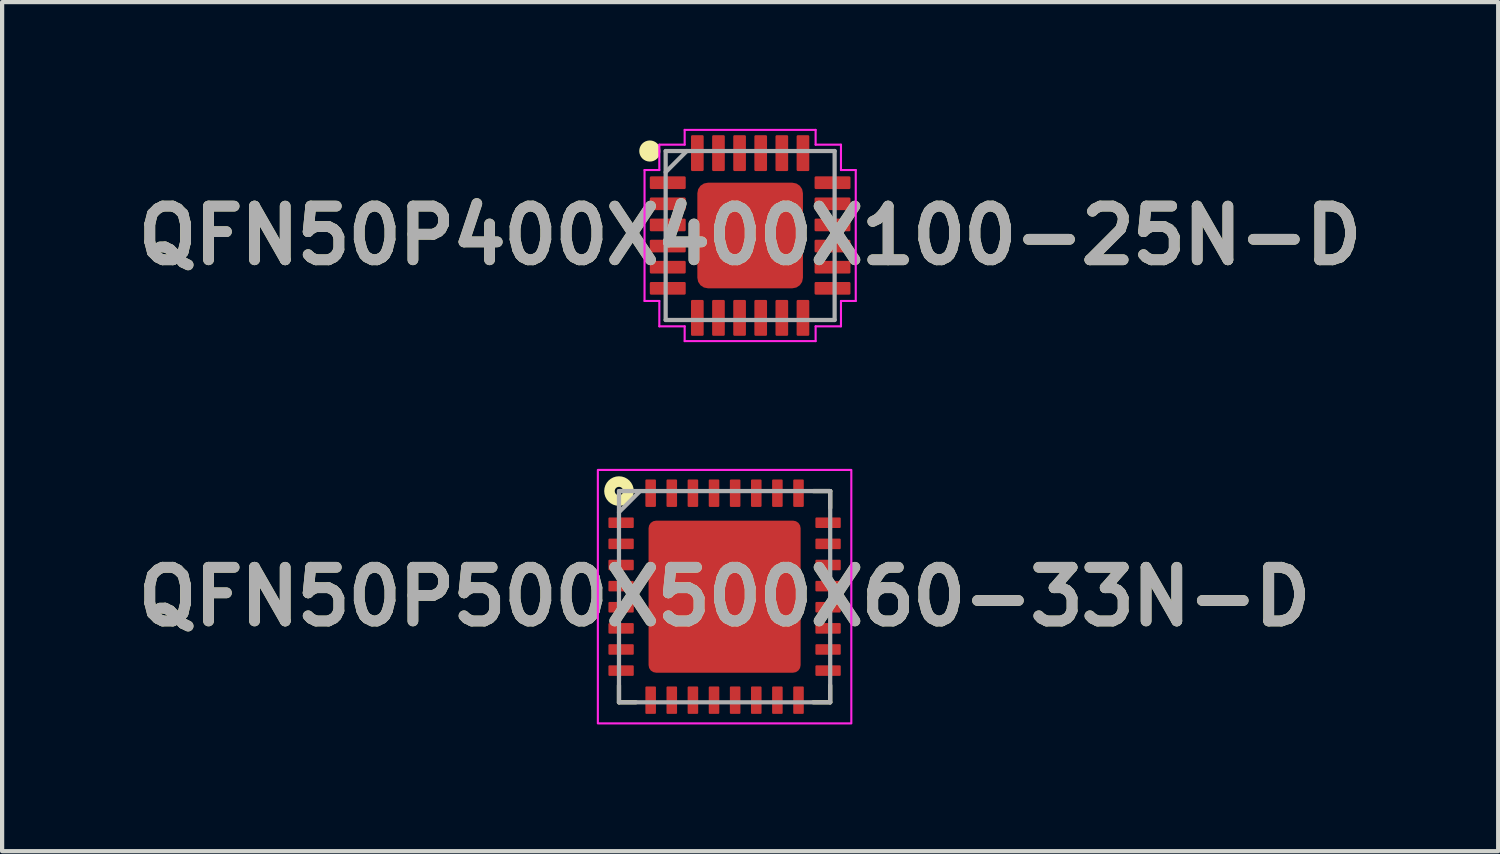
<source format=kicad_pcb>
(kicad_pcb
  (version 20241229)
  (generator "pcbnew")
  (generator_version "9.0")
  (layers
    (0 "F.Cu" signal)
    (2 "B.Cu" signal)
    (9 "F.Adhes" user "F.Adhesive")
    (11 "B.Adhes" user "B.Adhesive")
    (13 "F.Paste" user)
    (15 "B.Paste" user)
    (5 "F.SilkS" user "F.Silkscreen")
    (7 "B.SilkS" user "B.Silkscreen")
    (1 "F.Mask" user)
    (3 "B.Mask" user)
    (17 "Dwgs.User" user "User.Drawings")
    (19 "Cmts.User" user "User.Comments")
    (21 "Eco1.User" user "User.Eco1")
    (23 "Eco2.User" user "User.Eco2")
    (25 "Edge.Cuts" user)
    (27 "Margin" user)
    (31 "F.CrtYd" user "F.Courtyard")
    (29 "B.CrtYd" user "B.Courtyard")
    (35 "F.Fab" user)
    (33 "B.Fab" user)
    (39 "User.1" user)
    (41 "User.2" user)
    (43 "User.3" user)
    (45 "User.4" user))
  (footprint "QFN50P500X500X60-33N-D"
    (layer "F.Cu")
    (at 14.103 11.075)
    (property "Reference" "QFN50P500X500X60-33N-D" (at 0 0 0) (layer "F.SilkS") (effects (font (size 1.27 1.27) (thickness 0.254))))
    (attr smd)
    (fp_line (start -2.5 2.5) (end -2.5 2.1) (stroke (width 0.1) (type default)) (layer "F.SilkS"))
    (fp_line (start -2.5 2.5) (end -2.1 2.5) (stroke (width 0.1) (type default)) (layer "F.SilkS"))
    (fp_line (start 2.5 -2.5) (end 2.1 -2.5) (stroke (width 0.1) (type default)) (layer "F.SilkS"))
    (fp_line (start 2.5 -2.5) (end 2.5 -2.1) (stroke (width 0.1) (type default)) (layer "F.SilkS"))
    (fp_line (start 2.5 2.5) (end 2.1 2.5) (stroke (width 0.1) (type default)) (layer "F.SilkS"))
    (fp_line (start 2.5 2.5) (end 2.5 2.1) (stroke (width 0.1) (type default)) (layer "F.SilkS"))
    (fp_circle (center -2.5 -2.5) (end -2.5 -2.4) (stroke (width 0.25) (type solid)) (fill no) (layer "F.SilkS"))
    (fp_rect (start -3 -3) (end 3 3) (stroke (width 0.05) (type default)) (fill no) (layer "F.CrtYd"))
    (fp_line (start -2.5 -2.5) (end 2.5 -2.5) (stroke (width 0.1) (type solid)) (layer "F.Fab"))
    (fp_line (start -2.5 -2) (end -2 -2.5) (stroke (width 0.1) (type solid)) (layer "F.Fab"))
    (fp_line (start -2.5 2.5) (end -2.5 -2.5) (stroke (width 0.1) (type solid)) (layer "F.Fab"))
    (fp_line (start 2.5 -2.5) (end 2.5 2.5) (stroke (width 0.1) (type solid)) (layer "F.Fab"))
    (fp_line (start 2.5 2.5) (end -2.5 2.5) (stroke (width 0.1) (type solid)) (layer "F.Fab"))
    (fp_text user "${REFERENCE}" (at 0 0 0) (layer "F.Fab") (effects (font (size 1.27 1.27) (thickness 0.254))))
    (pad "1" smd roundrect (at -2.45 -1.75 90) (size 0.25 0.6) (layers "F.Cu" "F.Mask" "F.Paste") (roundrect_rratio 0.1))
    (pad "2" smd roundrect (at -2.45 -1.25 90) (size 0.25 0.6) (layers "F.Cu" "F.Mask" "F.Paste") (roundrect_rratio 0.1))
    (pad "3" smd roundrect (at -2.45 -0.75 90) (size 0.25 0.6) (layers "F.Cu" "F.Mask" "F.Paste") (roundrect_rratio 0.1))
    (pad "4" smd roundrect (at -2.45 -0.25 90) (size 0.25 0.6) (layers "F.Cu" "F.Mask" "F.Paste") (roundrect_rratio 0.1))
    (pad "5" smd roundrect (at -2.45 0.25 90) (size 0.25 0.6) (layers "F.Cu" "F.Mask" "F.Paste") (roundrect_rratio 0.1))
    (pad "6" smd roundrect (at -2.45 0.75 90) (size 0.25 0.6) (layers "F.Cu" "F.Mask" "F.Paste") (roundrect_rratio 0.1))
    (pad "7" smd roundrect (at -2.45 1.25 90) (size 0.25 0.6) (layers "F.Cu" "F.Mask" "F.Paste") (roundrect_rratio 0.1))
    (pad "8" smd roundrect (at -2.45 1.75 90) (size 0.25 0.6) (layers "F.Cu" "F.Mask" "F.Paste") (roundrect_rratio 0.1))
    (pad "9" smd roundrect (at -1.75 2.45) (size 0.25 0.65) (layers "F.Cu" "F.Mask" "F.Paste") (roundrect_rratio 0.1))
    (pad "10" smd roundrect (at -1.25 2.45) (size 0.25 0.65) (layers "F.Cu" "F.Mask" "F.Paste") (roundrect_rratio 0.1))
    (pad "11" smd roundrect (at -0.75 2.45) (size 0.25 0.65) (layers "F.Cu" "F.Mask" "F.Paste") (roundrect_rratio 0.1))
    (pad "12" smd roundrect (at -0.25 2.45) (size 0.25 0.65) (layers "F.Cu" "F.Mask" "F.Paste") (roundrect_rratio 0.1))
    (pad "13" smd roundrect (at 0.25 2.45) (size 0.25 0.65) (layers "F.Cu" "F.Mask" "F.Paste") (roundrect_rratio 0.1))
    (pad "14" smd roundrect (at 0.75 2.45) (size 0.25 0.65) (layers "F.Cu" "F.Mask" "F.Paste") (roundrect_rratio 0.1))
    (pad "15" smd roundrect (at 1.25 2.45) (size 0.25 0.65) (layers "F.Cu" "F.Mask" "F.Paste") (roundrect_rratio 0.1))
    (pad "16" smd roundrect (at 1.75 2.45) (size 0.25 0.65) (layers "F.Cu" "F.Mask" "F.Paste") (roundrect_rratio 0.1))
    (pad "17" smd roundrect (at 2.45 1.75 90) (size 0.25 0.6) (layers "F.Cu" "F.Mask" "F.Paste") (roundrect_rratio 0.1))
    (pad "18" smd roundrect (at 2.45 1.25 90) (size 0.25 0.6) (layers "F.Cu" "F.Mask" "F.Paste") (roundrect_rratio 0.1))
    (pad "19" smd roundrect (at 2.45 0.75 90) (size 0.25 0.6) (layers "F.Cu" "F.Mask" "F.Paste") (roundrect_rratio 0.1))
    (pad "20" smd roundrect (at 2.45 0.25 90) (size 0.25 0.6) (layers "F.Cu" "F.Mask" "F.Paste") (roundrect_rratio 0.1))
    (pad "21" smd roundrect (at 2.45 -0.25 90) (size 0.25 0.6) (layers "F.Cu" "F.Mask" "F.Paste") (roundrect_rratio 0.1))
    (pad "22" smd roundrect (at 2.45 -0.75 90) (size 0.25 0.6) (layers "F.Cu" "F.Mask" "F.Paste") (roundrect_rratio 0.1))
    (pad "23" smd roundrect (at 2.45 -1.25 90) (size 0.25 0.6) (layers "F.Cu" "F.Mask" "F.Paste") (roundrect_rratio 0.1))
    (pad "24" smd roundrect (at 2.45 -1.75 90) (size 0.25 0.6) (layers "F.Cu" "F.Mask" "F.Paste") (roundrect_rratio 0.1))
    (pad "25" smd roundrect (at 1.75 -2.45) (size 0.25 0.65) (layers "F.Cu" "F.Mask" "F.Paste") (roundrect_rratio 0.1))
    (pad "26" smd roundrect (at 1.25 -2.45) (size 0.25 0.65) (layers "F.Cu" "F.Mask" "F.Paste") (roundrect_rratio 0.1))
    (pad "27" smd roundrect (at 0.75 -2.45) (size 0.25 0.65) (layers "F.Cu" "F.Mask" "F.Paste") (roundrect_rratio 0.1))
    (pad "28" smd roundrect (at 0.25 -2.45) (size 0.25 0.65) (layers "F.Cu" "F.Mask" "F.Paste") (roundrect_rratio 0.1))
    (pad "29" smd roundrect (at -0.25 -2.45) (size 0.25 0.65) (layers "F.Cu" "F.Mask" "F.Paste") (roundrect_rratio 0.1))
    (pad "30" smd roundrect (at -0.75 -2.45) (size 0.25 0.65) (layers "F.Cu" "F.Mask" "F.Paste") (roundrect_rratio 0.1))
    (pad "31" smd roundrect (at -1.25 -2.45) (size 0.25 0.65) (layers "F.Cu" "F.Mask" "F.Paste") (roundrect_rratio 0.1))
    (pad "32" smd roundrect (at -1.75 -2.45) (size 0.25 0.65) (layers "F.Cu" "F.Mask" "F.Paste") (roundrect_rratio 0.1))
    (pad "33" smd roundrect (at 0 0) (size 3.6 3.6) (layers "F.Cu" "F.Mask" "F.Paste") (roundrect_rratio 0.05)))
  (footprint "QFN50P400X400X100-25N-D"
    (layer "F.Cu")
    (at 14.708 2.525)
    (property "Reference" "QFN50P400X400X100-25N-D" (at 0 0 0) (layer "F.SilkS") (effects (font (size 1.27 1.27) (thickness 0.254))))
    (attr smd)
    (fp_circle (center -2.375 -2) (end -2.375 -1.875) (stroke (width 0.25) (type solid)) (fill no) (layer "F.SilkS"))
    (fp_line (start -2.5 1.55) (end -2.5 -1.55) (stroke (width 0.05) (type default)) (layer "F.CrtYd"))
    (fp_line (start -2.5 1.55) (end -2.15 1.55) (stroke (width 0.05) (type default)) (layer "F.CrtYd"))
    (fp_line (start -2.15 -2.15) (end -1.55 -2.15) (stroke (width 0.05) (type default)) (layer "F.CrtYd"))
    (fp_line (start -2.15 -1.55) (end -2.5 -1.55) (stroke (width 0.05) (type default)) (layer "F.CrtYd"))
    (fp_line (start -2.15 -1.55) (end -2.15 -2.15) (stroke (width 0.05) (type default)) (layer "F.CrtYd"))
    (fp_line (start -2.15 2.15) (end -2.15 1.55) (stroke (width 0.05) (type default)) (layer "F.CrtYd"))
    (fp_line (start -1.55 -2.5) (end -1.55 -2.15) (stroke (width 0.05) (type default)) (layer "F.CrtYd"))
    (fp_line (start -1.55 2.15) (end -2.15 2.15) (stroke (width 0.05) (type default)) (layer "F.CrtYd"))
    (fp_line (start -1.55 2.15) (end -1.55 2.5) (stroke (width 0.05) (type default)) (layer "F.CrtYd"))
    (fp_line (start 1.55 -2.5) (end -1.55 -2.5) (stroke (width 0.05) (type default)) (layer "F.CrtYd"))
    (fp_line (start 1.55 -2.15) (end 1.55 -2.5) (stroke (width 0.05) (type default)) (layer "F.CrtYd"))
    (fp_line (start 1.55 -2.15) (end 2.15 -2.15) (stroke (width 0.05) (type default)) (layer "F.CrtYd"))
    (fp_line (start 1.55 2.5) (end -1.55 2.5) (stroke (width 0.05) (type default)) (layer "F.CrtYd"))
    (fp_line (start 1.55 2.5) (end 1.55 2.15) (stroke (width 0.05) (type default)) (layer "F.CrtYd"))
    (fp_line (start 2.15 -2.15) (end 2.15 -1.55) (stroke (width 0.05) (type default)) (layer "F.CrtYd"))
    (fp_line (start 2.15 1.55) (end 2.15 2.15) (stroke (width 0.05) (type default)) (layer "F.CrtYd"))
    (fp_line (start 2.15 1.55) (end 2.5 1.55) (stroke (width 0.05) (type default)) (layer "F.CrtYd"))
    (fp_line (start 2.15 2.15) (end 1.55 2.15) (stroke (width 0.05) (type default)) (layer "F.CrtYd"))
    (fp_line (start 2.5 -1.55) (end 2.15 -1.55) (stroke (width 0.05) (type default)) (layer "F.CrtYd"))
    (fp_line (start 2.5 1.55) (end 2.5 -1.55) (stroke (width 0.05) (type default)) (layer "F.CrtYd"))
    (fp_line (start -2 -2) (end 2 -2) (stroke (width 0.1) (type solid)) (layer "F.Fab"))
    (fp_line (start -2 -1.5) (end -1.5 -2) (stroke (width 0.1) (type solid)) (layer "F.Fab"))
    (fp_line (start -2 2) (end -2 -2) (stroke (width 0.1) (type solid)) (layer "F.Fab"))
    (fp_line (start 2 -2) (end 2 2) (stroke (width 0.1) (type solid)) (layer "F.Fab"))
    (fp_line (start 2 2) (end -2 2) (stroke (width 0.1) (type solid)) (layer "F.Fab"))
    (fp_text user "${REFERENCE}" (at 0 0 0) (layer "F.Fab") (effects (font (size 1.27 1.27) (thickness 0.254))))
    (pad "1" smd roundrect (at -1.95 -1.25 90) (size 0.3 0.85) (layers "F.Cu" "F.Mask" "F.Paste") (roundrect_rratio 0.1))
    (pad "2" smd roundrect (at -1.95 -0.75 90) (size 0.3 0.85) (layers "F.Cu" "F.Mask" "F.Paste") (roundrect_rratio 0.1))
    (pad "3" smd roundrect (at -1.95 -0.25 90) (size 0.3 0.85) (layers "F.Cu" "F.Mask" "F.Paste") (roundrect_rratio 0.1))
    (pad "4" smd roundrect (at -1.95 0.25 90) (size 0.3 0.85) (layers "F.Cu" "F.Mask" "F.Paste") (roundrect_rratio 0.1))
    (pad "5" smd roundrect (at -1.95 0.75 90) (size 0.3 0.85) (layers "F.Cu" "F.Mask" "F.Paste") (roundrect_rratio 0.1))
    (pad "6" smd roundrect (at -1.95 1.25 90) (size 0.3 0.85) (layers "F.Cu" "F.Mask" "F.Paste") (roundrect_rratio 0.1))
    (pad "7" smd roundrect (at -1.25 1.95) (size 0.3 0.85) (layers "F.Cu" "F.Mask" "F.Paste") (roundrect_rratio 0.1))
    (pad "8" smd roundrect (at -0.75 1.95) (size 0.3 0.85) (layers "F.Cu" "F.Mask" "F.Paste") (roundrect_rratio 0.1))
    (pad "9" smd roundrect (at -0.25 1.95) (size 0.3 0.85) (layers "F.Cu" "F.Mask" "F.Paste") (roundrect_rratio 0.1))
    (pad "10" smd roundrect (at 0.25 1.95) (size 0.3 0.85) (layers "F.Cu" "F.Mask" "F.Paste") (roundrect_rratio 0.1))
    (pad "11" smd roundrect (at 0.75 1.95) (size 0.3 0.85) (layers "F.Cu" "F.Mask" "F.Paste") (roundrect_rratio 0.1))
    (pad "12" smd roundrect (at 1.25 1.95) (size 0.3 0.85) (layers "F.Cu" "F.Mask" "F.Paste") (roundrect_rratio 0.1))
    (pad "13" smd roundrect (at 1.95 1.25 90) (size 0.3 0.85) (layers "F.Cu" "F.Mask" "F.Paste") (roundrect_rratio 0.1))
    (pad "14" smd roundrect (at 1.95 0.75 90) (size 0.3 0.85) (layers "F.Cu" "F.Mask" "F.Paste") (roundrect_rratio 0.1))
    (pad "15" smd roundrect (at 1.95 0.25 90) (size 0.3 0.85) (layers "F.Cu" "F.Mask" "F.Paste") (roundrect_rratio 0.1))
    (pad "16" smd roundrect (at 1.95 -0.25 90) (size 0.3 0.85) (layers "F.Cu" "F.Mask" "F.Paste") (roundrect_rratio 0.1))
    (pad "17" smd roundrect (at 1.95 -0.75 90) (size 0.3 0.85) (layers "F.Cu" "F.Mask" "F.Paste") (roundrect_rratio 0.1))
    (pad "18" smd roundrect (at 1.95 -1.25 90) (size 0.3 0.85) (layers "F.Cu" "F.Mask" "F.Paste") (roundrect_rratio 0.1))
    (pad "19" smd roundrect (at 1.25 -1.95) (size 0.3 0.85) (layers "F.Cu" "F.Mask" "F.Paste") (roundrect_rratio 0.1))
    (pad "20" smd roundrect (at 0.75 -1.95) (size 0.3 0.85) (layers "F.Cu" "F.Mask" "F.Paste") (roundrect_rratio 0.1))
    (pad "21" smd roundrect (at 0.25 -1.95) (size 0.3 0.85) (layers "F.Cu" "F.Mask" "F.Paste") (roundrect_rratio 0.1))
    (pad "22" smd roundrect (at -0.25 -1.95) (size 0.3 0.85) (layers "F.Cu" "F.Mask" "F.Paste") (roundrect_rratio 0.1))
    (pad "23" smd roundrect (at -0.75 -1.95) (size 0.3 0.85) (layers "F.Cu" "F.Mask" "F.Paste") (roundrect_rratio 0.1))
    (pad "24" smd roundrect (at -1.25 -1.95) (size 0.3 0.85) (layers "F.Cu" "F.Mask" "F.Paste") (roundrect_rratio 0.1))
    (pad "25" smd roundrect (at 0 0) (size 2.5 2.5) (layers "F.Cu" "F.Mask" "F.Paste") (roundrect_rratio 0.1)))
  (gr_rect
    (start -3 -3)
    (end 32.416 17.1)
    (stroke (width 0.1) (type default))
    (fill no)
    (layer "Edge.Cuts")))
</source>
